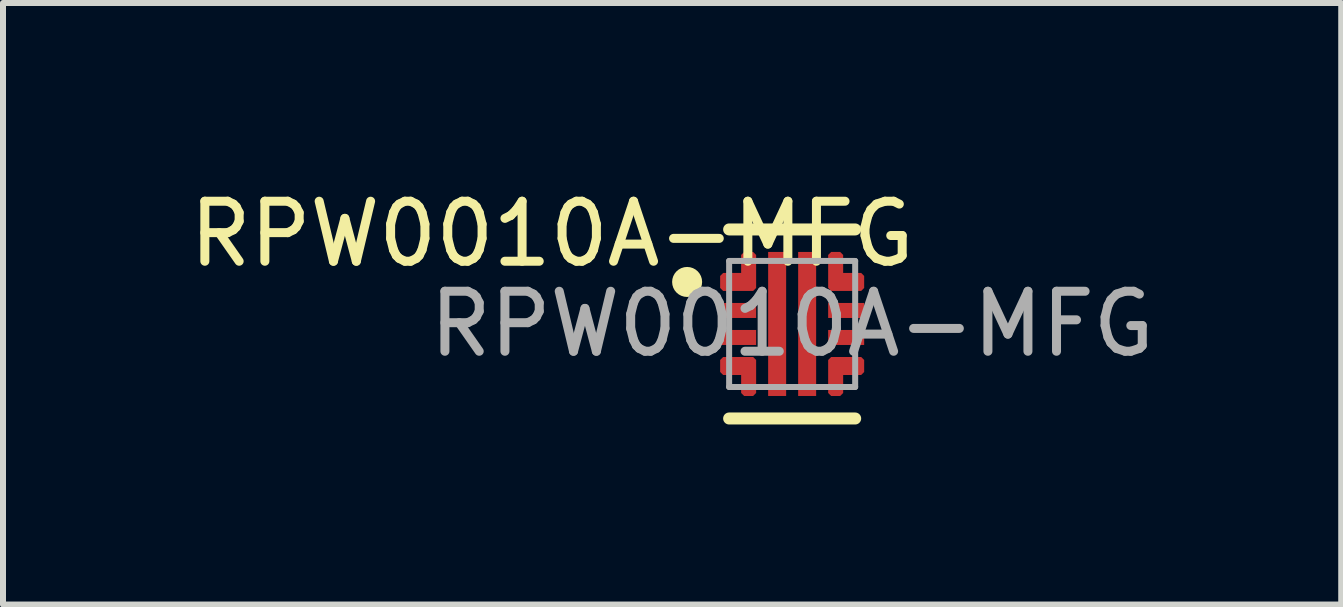
<source format=kicad_pcb>
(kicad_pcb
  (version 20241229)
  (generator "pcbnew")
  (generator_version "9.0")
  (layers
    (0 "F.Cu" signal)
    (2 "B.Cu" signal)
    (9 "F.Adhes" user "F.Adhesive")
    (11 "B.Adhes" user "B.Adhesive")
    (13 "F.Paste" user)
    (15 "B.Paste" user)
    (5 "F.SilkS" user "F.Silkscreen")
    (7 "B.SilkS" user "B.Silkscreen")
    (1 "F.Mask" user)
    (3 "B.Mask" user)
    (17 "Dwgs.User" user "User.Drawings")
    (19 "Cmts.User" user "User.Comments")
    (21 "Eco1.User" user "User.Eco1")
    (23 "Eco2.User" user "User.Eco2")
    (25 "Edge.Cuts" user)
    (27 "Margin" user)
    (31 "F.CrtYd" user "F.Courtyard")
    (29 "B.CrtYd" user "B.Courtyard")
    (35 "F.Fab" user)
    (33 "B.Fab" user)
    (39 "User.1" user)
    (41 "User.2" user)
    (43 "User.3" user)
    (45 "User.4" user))
  (footprint "RPW0010A-MFG"
    (layer "F.Cu")
    (at 10.149 2.348)
    (property "Reference" "RPW0010A-MFG" (at -4 -1.5 0) (unlocked yes) (layer "F.SilkS") (effects (font (size 1 1) (thickness 0.15))))
    (attr smd)
    (fp_poly (pts (xy -0.85 -0.85) (xy -0.85 -1.15) (xy -0.8 -1.2) (xy -0.65 -1.2) (xy -0.6 -1.15) (xy -0.6 -0.6) (xy -0.65 -0.55) (xy -1.15 -0.55) (xy -1.2 -0.6) (xy -1.2 -0.8) (xy -1.15 -0.85)) (stroke (width 0) (type solid)) (fill yes) (layer "F.Cu"))
    (fp_poly (pts (xy -0.85 0.85) (xy -0.85 1.15) (xy -0.8 1.2) (xy -0.65 1.2) (xy -0.6 1.15) (xy -0.6 0.6) (xy -0.65 0.55) (xy -1.15 0.55) (xy -1.2 0.6) (xy -1.2 0.8) (xy -1.15 0.85)) (stroke (width 0) (type solid)) (fill yes) (layer "F.Cu"))
    (fp_poly (pts (xy 0.85 -0.85) (xy 0.85 -1.15) (xy 0.8 -1.2) (xy 0.65 -1.2) (xy 0.6 -1.15) (xy 0.6 -0.6) (xy 0.65 -0.55) (xy 1.15 -0.55) (xy 1.2 -0.6) (xy 1.2 -0.8) (xy 1.15 -0.85)) (stroke (width 0) (type solid)) (fill yes) (layer "F.Cu"))
    (fp_poly (pts (xy 0.85 0.85) (xy 0.85 1.15) (xy 0.8 1.2) (xy 0.65 1.2) (xy 0.6 1.15) (xy 0.6 0.6) (xy 0.65 0.55) (xy 1.15 0.55) (xy 1.2 0.6) (xy 1.2 0.8) (xy 1.15 0.85)) (stroke (width 0) (type solid)) (fill yes) (layer "F.Cu"))
    (fp_poly (pts (xy -0.85 -0.85) (xy -0.85 -1.15) (xy -0.8 -1.2) (xy -0.65 -1.2) (xy -0.6 -1.15) (xy -0.6 -0.6) (xy -0.65 -0.55) (xy -1.15 -0.55) (xy -1.2 -0.6) (xy -1.2 -0.8) (xy -1.15 -0.85)) (stroke (width 0) (type solid)) (fill yes) (layer "F.Mask"))
    (fp_poly (pts (xy -0.85 0.85) (xy -1.15 0.85) (xy -1.2 0.8) (xy -1.2 0.6) (xy -1.15 0.55) (xy -0.65 0.55) (xy -0.6 0.6) (xy -0.6 1.15) (xy -0.65 1.2) (xy -0.8 1.2) (xy -0.85 1.15)) (stroke (width 0) (type solid)) (fill yes) (layer "F.Mask"))
    (fp_poly (pts (xy 0.85 -0.85) (xy 1.15 -0.85) (xy 1.2 -0.8) (xy 1.2 -0.6) (xy 1.15 -0.55) (xy 0.65 -0.55) (xy 0.6 -0.6) (xy 0.6 -1.15) (xy 0.65 -1.2) (xy 0.8 -1.2) (xy 0.85 -1.15)) (stroke (width 0) (type solid)) (fill yes) (layer "F.Mask"))
    (fp_poly (pts (xy 0.85 0.85) (xy 0.85 1.15) (xy 0.8 1.2) (xy 0.65 1.2) (xy 0.6 1.15) (xy 0.6 0.6) (xy 0.65 0.55) (xy 1.15 0.55) (xy 1.2 0.6) (xy 1.2 0.8) (xy 1.15 0.85)) (stroke (width 0) (type solid)) (fill yes) (layer "F.Mask"))
    (fp_line (start -1.05 -1.575) (end 1.05 -1.575) (stroke (width 0.2) (type solid)) (layer "F.SilkS"))
    (fp_line (start -1.05 1.575) (end 1.05 1.575) (stroke (width 0.2) (type solid)) (layer "F.SilkS"))
    (fp_circle (center -1.75 -0.7) (end -1.625 -0.7) (stroke (width 0.25) (type solid)) (fill no) (layer "F.SilkS"))
    (fp_poly (pts (xy -0.34 1.16) (xy -0.39 1.11) (xy -0.39 0.15) (xy -0.34 0.1) (xy -0.16 0.1) (xy -0.11 0.15) (xy -0.11 1.11) (xy -0.16 1.16)) (stroke (width 0) (type solid)) (fill yes) (layer "F.Paste"))
    (fp_poly (pts (xy -0.11 -1.11) (xy -0.11 -0.15) (xy -0.16 -0.1) (xy -0.34 -0.1) (xy -0.39 -0.15) (xy -0.39 -1.11) (xy -0.34 -1.16) (xy -0.16 -1.16)) (stroke (width 0) (type solid)) (fill yes) (layer "F.Paste"))
    (fp_poly (pts (xy 0.39 -0.15) (xy 0.34 -0.1) (xy 0.16 -0.1) (xy 0.11 -0.15) (xy 0.11 -1.11) (xy 0.16 -1.16) (xy 0.34 -1.16) (xy 0.39 -1.11)) (stroke (width 0) (type solid)) (fill yes) (layer "F.Paste"))
    (fp_poly (pts (xy 0.39 1.11) (xy 0.34 1.16) (xy 0.16 1.16) (xy 0.11 1.11) (xy 0.11 0.15) (xy 0.16 0.1) (xy 0.34 0.1) (xy 0.39 0.15)) (stroke (width 0) (type solid)) (fill yes) (layer "F.Paste"))
    (fp_poly (pts (xy -0.825 -0.825) (xy -0.825 -1.15) (xy -0.775 -1.2) (xy -0.65 -1.2) (xy -0.6 -1.15) (xy -0.6 -0.6) (xy -0.65 -0.55) (xy -1.15 -0.55) (xy -1.2 -0.6) (xy -1.2 -0.775) (xy -1.15 -0.825)) (stroke (width 0) (type solid)) (fill yes) (layer "F.Paste"))
    (fp_poly (pts (xy -0.825 0.825) (xy -0.825 1.15) (xy -0.775 1.2) (xy -0.65 1.2) (xy -0.6 1.15) (xy -0.6 0.6) (xy -0.65 0.55) (xy -1.15 0.55) (xy -1.2 0.6) (xy -1.2 0.775) (xy -1.15 0.825)) (stroke (width 0) (type solid)) (fill yes) (layer "F.Paste"))
    (fp_poly (pts (xy 0.825 -0.825) (xy 0.825 -1.15) (xy 0.775 -1.2) (xy 0.65 -1.2) (xy 0.6 -1.15) (xy 0.6 -0.6) (xy 0.65 -0.55) (xy 1.15 -0.55) (xy 1.2 -0.6) (xy 1.2 -0.775) (xy 1.15 -0.825)) (stroke (width 0) (type solid)) (fill yes) (layer "F.Paste"))
    (fp_poly (pts (xy 0.825 0.825) (xy 0.825 1.15) (xy 0.775 1.2) (xy 0.65 1.2) (xy 0.6 1.15) (xy 0.6 0.6) (xy 0.65 0.55) (xy 1.15 0.55) (xy 1.2 0.6) (xy 1.2 0.775) (xy 1.15 0.825)) (stroke (width 0) (type solid)) (fill yes) (layer "F.Paste"))
    (fp_line (start -1.05 -1.05) (end 1.05 -1.05) (stroke (width 0.1) (type solid)) (layer "F.Fab"))
    (fp_line (start -1.05 1.05) (end -1.05 -1.05) (stroke (width 0.1) (type solid)) (layer "F.Fab"))
    (fp_line (start -1.05 1.05) (end 1.05 1.05) (stroke (width 0.1) (type solid)) (layer "F.Fab"))
    (fp_line (start 1.05 1.05) (end 1.05 -1.05) (stroke (width 0.1) (type solid)) (layer "F.Fab"))
    (fp_text user "${REFERENCE}" (at 0 0 0) (unlocked yes) (layer "F.Fab") (effects (font (size 1 1) (thickness 0.15))))
    (pad "1" smd circle (at -0.75 -0.7) (size 0.27 0.27) (layers "F.Cu" "F.Mask"))
    (pad "2" smd rect (at -0.9 -0.225) (size 0.6 0.25) (layers "F.Cu" "F.Mask" "F.Paste"))
    (pad "3" smd rect (at -0.9 0.225) (size 0.6 0.25) (layers "F.Cu" "F.Mask" "F.Paste"))
    (pad "4" smd circle (at -0.75 0.75) (size 0.255 0.255) (layers "F.Cu" "F.Mask"))
    (pad "5" smd rect (at -0.25 0) (size 0.3 2.4) (layers "F.Cu" "F.Mask"))
    (pad "6" smd rect (at 0.25 0) (size 0.3 2.4) (layers "F.Cu" "F.Mask"))
    (pad "7" smd circle (at 0.75 0.75) (size 0.255 0.255) (layers "F.Cu" "F.Mask"))
    (pad "8" smd rect (at 0.9 0.225) (size 0.6 0.25) (layers "F.Cu" "F.Mask" "F.Paste"))
    (pad "9" smd rect (at 0.9 -0.225) (size 0.6 0.25) (layers "F.Cu" "F.Mask" "F.Paste"))
    (pad "10" smd circle (at 0.75 -0.7) (size 0.27 0.27) (layers "F.Cu" "F.Mask")))
  (gr_rect
    (start -3 -3)
    (end 19.298 7.023)
    (stroke (width 0.1) (type default))
    (fill no)
    (layer "Edge.Cuts")))
</source>
